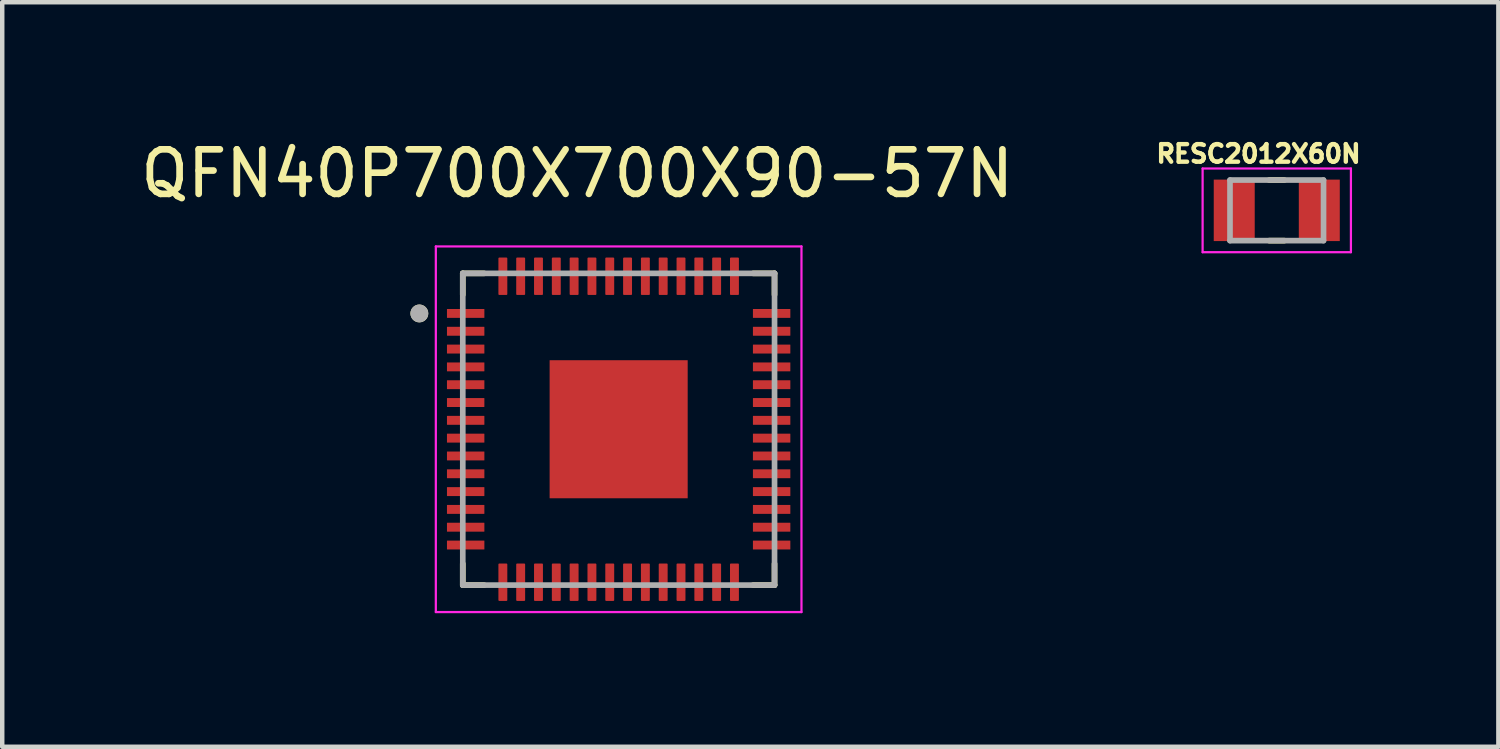
<source format=kicad_pcb>
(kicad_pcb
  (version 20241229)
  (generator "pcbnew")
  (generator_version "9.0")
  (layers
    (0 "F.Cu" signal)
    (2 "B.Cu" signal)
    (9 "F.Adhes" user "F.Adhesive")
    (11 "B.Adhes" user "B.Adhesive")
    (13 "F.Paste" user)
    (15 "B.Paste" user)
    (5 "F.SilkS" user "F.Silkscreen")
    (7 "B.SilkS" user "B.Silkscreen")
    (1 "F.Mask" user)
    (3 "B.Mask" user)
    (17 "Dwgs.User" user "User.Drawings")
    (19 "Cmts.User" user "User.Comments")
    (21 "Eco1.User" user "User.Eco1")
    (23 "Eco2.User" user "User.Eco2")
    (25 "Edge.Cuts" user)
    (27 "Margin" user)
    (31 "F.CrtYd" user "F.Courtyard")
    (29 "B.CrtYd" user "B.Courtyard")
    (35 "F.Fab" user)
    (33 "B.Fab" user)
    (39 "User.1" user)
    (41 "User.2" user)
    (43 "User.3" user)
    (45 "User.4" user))
  (footprint "RESC2012X60N"
    (layer "F.Cu")
    (at 25.618 1.673)
    (property "Reference" "RESC2012X60N" (at -0.41 -1.27 0) (layer "F.SilkS") (effects (font (size 0.394 0.394) (thickness 0.15))))
    (attr smd)
    (fp_line (start -0.17 -0.68) (end 0.17 -0.68) (stroke (width 0.127) (type solid)) (layer "F.SilkS"))
    (fp_line (start -0.17 0.68) (end 0.17 0.68) (stroke (width 0.127) (type solid)) (layer "F.SilkS"))
    (fp_line (start -1.665 -0.94) (end 1.665 -0.94) (stroke (width 0.05) (type solid)) (layer "F.CrtYd"))
    (fp_line (start -1.665 0.94) (end -1.665 -0.94) (stroke (width 0.05) (type solid)) (layer "F.CrtYd"))
    (fp_line (start -1.665 0.94) (end 1.665 0.94) (stroke (width 0.05) (type solid)) (layer "F.CrtYd"))
    (fp_line (start 1.665 0.94) (end 1.665 -0.94) (stroke (width 0.05) (type solid)) (layer "F.CrtYd"))
    (fp_line (start -1.05 0.68) (end -1.05 -0.68) (stroke (width 0.127) (type solid)) (layer "F.Fab"))
    (fp_line (start 1.05 -0.68) (end -1.05 -0.68) (stroke (width 0.127) (type solid)) (layer "F.Fab"))
    (fp_line (start 1.05 0.68) (end -1.05 0.68) (stroke (width 0.127) (type solid)) (layer "F.Fab"))
    (fp_line (start 1.05 0.68) (end 1.05 -0.68) (stroke (width 0.127) (type solid)) (layer "F.Fab"))
    (pad "1" smd rect (at -0.955 0) (size 0.92 1.38) (layers "F.Cu" "F.Mask" "F.Paste"))
    (pad "2" smd rect (at 0.955 0) (size 0.92 1.38) (layers "F.Cu" "F.Mask" "F.Paste")))
  (footprint "QFN40P700X700X90-57N"
    (layer "F.Cu")
    (at 10.841 6.588)
    (property "Reference" "QFN40P700X700X90-57N" (at -0.93 -5.74 0) (layer "F.SilkS") (effects (font (size 1 1) (thickness 0.15))))
    (attr smd)
    (fp_line (start -3.5 -3.5) (end -3.5 -3.02) (stroke (width 0.127) (type solid)) (layer "F.SilkS"))
    (fp_line (start -3.5 -3.5) (end -3.02 -3.5) (stroke (width 0.127) (type solid)) (layer "F.SilkS"))
    (fp_line (start -3.5 3.5) (end -3.5 3.02) (stroke (width 0.127) (type solid)) (layer "F.SilkS"))
    (fp_line (start -3.5 3.5) (end -3.02 3.5) (stroke (width 0.127) (type solid)) (layer "F.SilkS"))
    (fp_line (start 3.5 -3.5) (end 3.02 -3.5) (stroke (width 0.127) (type solid)) (layer "F.SilkS"))
    (fp_line (start 3.5 -3.5) (end 3.5 -3.02) (stroke (width 0.127) (type solid)) (layer "F.SilkS"))
    (fp_line (start 3.5 3.5) (end 3.02 3.5) (stroke (width 0.127) (type solid)) (layer "F.SilkS"))
    (fp_line (start 3.5 3.5) (end 3.5 3.02) (stroke (width 0.127) (type solid)) (layer "F.SilkS"))
    (fp_circle (center -4.475 -2.6) (end -4.375 -2.6) (stroke (width 0.2) (type solid)) (fill no) (layer "F.SilkS"))
    (fp_poly (pts (xy -0.98 -0.98) (xy 0.98 -0.98) (xy 0.98 0.98) (xy -0.98 0.98)) (stroke (width 0.01) (type solid)) (fill yes) (layer "F.Paste"))
    (fp_line (start -4.105 -4.105) (end 4.105 -4.105) (stroke (width 0.05) (type solid)) (layer "F.CrtYd"))
    (fp_line (start -4.105 4.105) (end -4.105 -4.105) (stroke (width 0.05) (type solid)) (layer "F.CrtYd"))
    (fp_line (start -4.105 4.105) (end 4.105 4.105) (stroke (width 0.05) (type solid)) (layer "F.CrtYd"))
    (fp_line (start 4.105 4.105) (end 4.105 -4.105) (stroke (width 0.05) (type solid)) (layer "F.CrtYd"))
    (fp_line (start -3.5 3.5) (end -3.5 -3.5) (stroke (width 0.127) (type solid)) (layer "F.Fab"))
    (fp_line (start 3.5 -3.5) (end -3.5 -3.5) (stroke (width 0.127) (type solid)) (layer "F.Fab"))
    (fp_line (start 3.5 3.5) (end -3.5 3.5) (stroke (width 0.127) (type solid)) (layer "F.Fab"))
    (fp_line (start 3.5 3.5) (end 3.5 -3.5) (stroke (width 0.127) (type solid)) (layer "F.Fab"))
    (fp_circle (center -4.475 -2.6) (end -4.375 -2.6) (stroke (width 0.2) (type solid)) (fill no) (layer "F.Fab"))
    (pad "1" smd roundrect (at -3.435 -2.6) (size 0.84 0.2) (layers "F.Cu" "F.Mask" "F.Paste") (roundrect_rratio 0.03))
    (pad "2" smd roundrect (at -3.435 -2.2) (size 0.84 0.2) (layers "F.Cu" "F.Mask" "F.Paste") (roundrect_rratio 0.03))
    (pad "3" smd roundrect (at -3.435 -1.8) (size 0.84 0.2) (layers "F.Cu" "F.Mask" "F.Paste") (roundrect_rratio 0.03))
    (pad "4" smd roundrect (at -3.435 -1.4) (size 0.84 0.2) (layers "F.Cu" "F.Mask" "F.Paste") (roundrect_rratio 0.03))
    (pad "5" smd roundrect (at -3.435 -1) (size 0.84 0.2) (layers "F.Cu" "F.Mask" "F.Paste") (roundrect_rratio 0.03))
    (pad "6" smd roundrect (at -3.435 -0.6) (size 0.84 0.2) (layers "F.Cu" "F.Mask" "F.Paste") (roundrect_rratio 0.03))
    (pad "7" smd roundrect (at -3.435 -0.2) (size 0.84 0.2) (layers "F.Cu" "F.Mask" "F.Paste") (roundrect_rratio 0.03))
    (pad "8" smd roundrect (at -3.435 0.2) (size 0.84 0.2) (layers "F.Cu" "F.Mask" "F.Paste") (roundrect_rratio 0.03))
    (pad "9" smd roundrect (at -3.435 0.6) (size 0.84 0.2) (layers "F.Cu" "F.Mask" "F.Paste") (roundrect_rratio 0.03))
    (pad "10" smd roundrect (at -3.435 1) (size 0.84 0.2) (layers "F.Cu" "F.Mask" "F.Paste") (roundrect_rratio 0.03))
    (pad "11" smd roundrect (at -3.435 1.4) (size 0.84 0.2) (layers "F.Cu" "F.Mask" "F.Paste") (roundrect_rratio 0.03))
    (pad "12" smd roundrect (at -3.435 1.8) (size 0.84 0.2) (layers "F.Cu" "F.Mask" "F.Paste") (roundrect_rratio 0.03))
    (pad "13" smd roundrect (at -3.435 2.2) (size 0.84 0.2) (layers "F.Cu" "F.Mask" "F.Paste") (roundrect_rratio 0.03))
    (pad "14" smd roundrect (at -3.435 2.6) (size 0.84 0.2) (layers "F.Cu" "F.Mask" "F.Paste") (roundrect_rratio 0.03))
    (pad "15" smd roundrect (at -2.6 3.435) (size 0.2 0.84) (layers "F.Cu" "F.Mask" "F.Paste") (roundrect_rratio 0.1))
    (pad "16" smd roundrect (at -2.2 3.435) (size 0.2 0.84) (layers "F.Cu" "F.Mask" "F.Paste") (roundrect_rratio 0.1))
    (pad "17" smd roundrect (at -1.8 3.435) (size 0.2 0.84) (layers "F.Cu" "F.Mask" "F.Paste") (roundrect_rratio 0.1))
    (pad "18" smd roundrect (at -1.4 3.435) (size 0.2 0.84) (layers "F.Cu" "F.Mask" "F.Paste") (roundrect_rratio 0.1))
    (pad "19" smd roundrect (at -1 3.435) (size 0.2 0.84) (layers "F.Cu" "F.Mask" "F.Paste") (roundrect_rratio 0.1))
    (pad "20" smd roundrect (at -0.6 3.435) (size 0.2 0.84) (layers "F.Cu" "F.Mask" "F.Paste") (roundrect_rratio 0.1))
    (pad "21" smd roundrect (at -0.2 3.435) (size 0.2 0.84) (layers "F.Cu" "F.Mask" "F.Paste") (roundrect_rratio 0.1))
    (pad "22" smd roundrect (at 0.2 3.435) (size 0.2 0.84) (layers "F.Cu" "F.Mask" "F.Paste") (roundrect_rratio 0.1))
    (pad "23" smd roundrect (at 0.6 3.435) (size 0.2 0.84) (layers "F.Cu" "F.Mask" "F.Paste") (roundrect_rratio 0.1))
    (pad "24" smd roundrect (at 1 3.435) (size 0.2 0.84) (layers "F.Cu" "F.Mask" "F.Paste") (roundrect_rratio 0.1))
    (pad "25" smd roundrect (at 1.4 3.435) (size 0.2 0.84) (layers "F.Cu" "F.Mask" "F.Paste") (roundrect_rratio 0.1))
    (pad "26" smd roundrect (at 1.8 3.435) (size 0.2 0.84) (layers "F.Cu" "F.Mask" "F.Paste") (roundrect_rratio 0.1))
    (pad "27" smd roundrect (at 2.2 3.435) (size 0.2 0.84) (layers "F.Cu" "F.Mask" "F.Paste") (roundrect_rratio 0.1))
    (pad "28" smd roundrect (at 2.6 3.435) (size 0.2 0.84) (layers "F.Cu" "F.Mask" "F.Paste") (roundrect_rratio 0.1))
    (pad "29" smd roundrect (at 3.435 2.6) (size 0.84 0.2) (layers "F.Cu" "F.Mask" "F.Paste") (roundrect_rratio 0.03))
    (pad "30" smd roundrect (at 3.435 2.2) (size 0.84 0.2) (layers "F.Cu" "F.Mask" "F.Paste") (roundrect_rratio 0.03))
    (pad "31" smd roundrect (at 3.435 1.8) (size 0.84 0.2) (layers "F.Cu" "F.Mask" "F.Paste") (roundrect_rratio 0.03))
    (pad "32" smd roundrect (at 3.435 1.4) (size 0.84 0.2) (layers "F.Cu" "F.Mask" "F.Paste") (roundrect_rratio 0.03))
    (pad "33" smd roundrect (at 3.435 1) (size 0.84 0.2) (layers "F.Cu" "F.Mask" "F.Paste") (roundrect_rratio 0.03))
    (pad "34" smd roundrect (at 3.435 0.6) (size 0.84 0.2) (layers "F.Cu" "F.Mask" "F.Paste") (roundrect_rratio 0.03))
    (pad "35" smd roundrect (at 3.435 0.2) (size 0.84 0.2) (layers "F.Cu" "F.Mask" "F.Paste") (roundrect_rratio 0.03))
    (pad "36" smd roundrect (at 3.435 -0.2) (size 0.84 0.2) (layers "F.Cu" "F.Mask" "F.Paste") (roundrect_rratio 0.03))
    (pad "37" smd roundrect (at 3.435 -0.6) (size 0.84 0.2) (layers "F.Cu" "F.Mask" "F.Paste") (roundrect_rratio 0.03))
    (pad "38" smd roundrect (at 3.435 -1) (size 0.84 0.2) (layers "F.Cu" "F.Mask" "F.Paste") (roundrect_rratio 0.03))
    (pad "39" smd roundrect (at 3.435 -1.4) (size 0.84 0.2) (layers "F.Cu" "F.Mask" "F.Paste") (roundrect_rratio 0.03))
    (pad "40" smd roundrect (at 3.435 -1.8) (size 0.84 0.2) (layers "F.Cu" "F.Mask" "F.Paste") (roundrect_rratio 0.03))
    (pad "41" smd roundrect (at 3.435 -2.2) (size 0.84 0.2) (layers "F.Cu" "F.Mask" "F.Paste") (roundrect_rratio 0.03))
    (pad "42" smd roundrect (at 3.435 -2.6) (size 0.84 0.2) (layers "F.Cu" "F.Mask" "F.Paste") (roundrect_rratio 0.03))
    (pad "43" smd roundrect (at 2.6 -3.435) (size 0.2 0.84) (layers "F.Cu" "F.Mask" "F.Paste") (roundrect_rratio 0.1))
    (pad "44" smd roundrect (at 2.2 -3.435) (size 0.2 0.84) (layers "F.Cu" "F.Mask" "F.Paste") (roundrect_rratio 0.1))
    (pad "45" smd roundrect (at 1.8 -3.435) (size 0.2 0.84) (layers "F.Cu" "F.Mask" "F.Paste") (roundrect_rratio 0.1))
    (pad "46" smd roundrect (at 1.4 -3.435) (size 0.2 0.84) (layers "F.Cu" "F.Mask" "F.Paste") (roundrect_rratio 0.1))
    (pad "47" smd roundrect (at 1 -3.435) (size 0.2 0.84) (layers "F.Cu" "F.Mask" "F.Paste") (roundrect_rratio 0.1))
    (pad "48" smd roundrect (at 0.6 -3.435) (size 0.2 0.84) (layers "F.Cu" "F.Mask" "F.Paste") (roundrect_rratio 0.1))
    (pad "49" smd roundrect (at 0.2 -3.435) (size 0.2 0.84) (layers "F.Cu" "F.Mask" "F.Paste") (roundrect_rratio 0.1))
    (pad "50" smd roundrect (at -0.2 -3.435) (size 0.2 0.84) (layers "F.Cu" "F.Mask" "F.Paste") (roundrect_rratio 0.1))
    (pad "51" smd roundrect (at -0.6 -3.435) (size 0.2 0.84) (layers "F.Cu" "F.Mask" "F.Paste") (roundrect_rratio 0.1))
    (pad "52" smd roundrect (at -1 -3.435) (size 0.2 0.84) (layers "F.Cu" "F.Mask" "F.Paste") (roundrect_rratio 0.1))
    (pad "53" smd roundrect (at -1.4 -3.435) (size 0.2 0.84) (layers "F.Cu" "F.Mask" "F.Paste") (roundrect_rratio 0.1))
    (pad "54" smd roundrect (at -1.8 -3.435) (size 0.2 0.84) (layers "F.Cu" "F.Mask" "F.Paste") (roundrect_rratio 0.1))
    (pad "55" smd roundrect (at -2.2 -3.435) (size 0.2 0.84) (layers "F.Cu" "F.Mask" "F.Paste") (roundrect_rratio 0.1))
    (pad "56" smd roundrect (at -2.6 -3.435) (size 0.2 0.84) (layers "F.Cu" "F.Mask" "F.Paste") (roundrect_rratio 0.1))
    (pad "57" smd rect (at 0 0) (size 3.1 3.1) (layers "F.Cu" "F.Mask")))
  (gr_rect
    (start -3 -3)
    (end 30.594 13.718)
    (stroke (width 0.1) (type default))
    (fill no)
    (layer "Edge.Cuts")))
</source>
